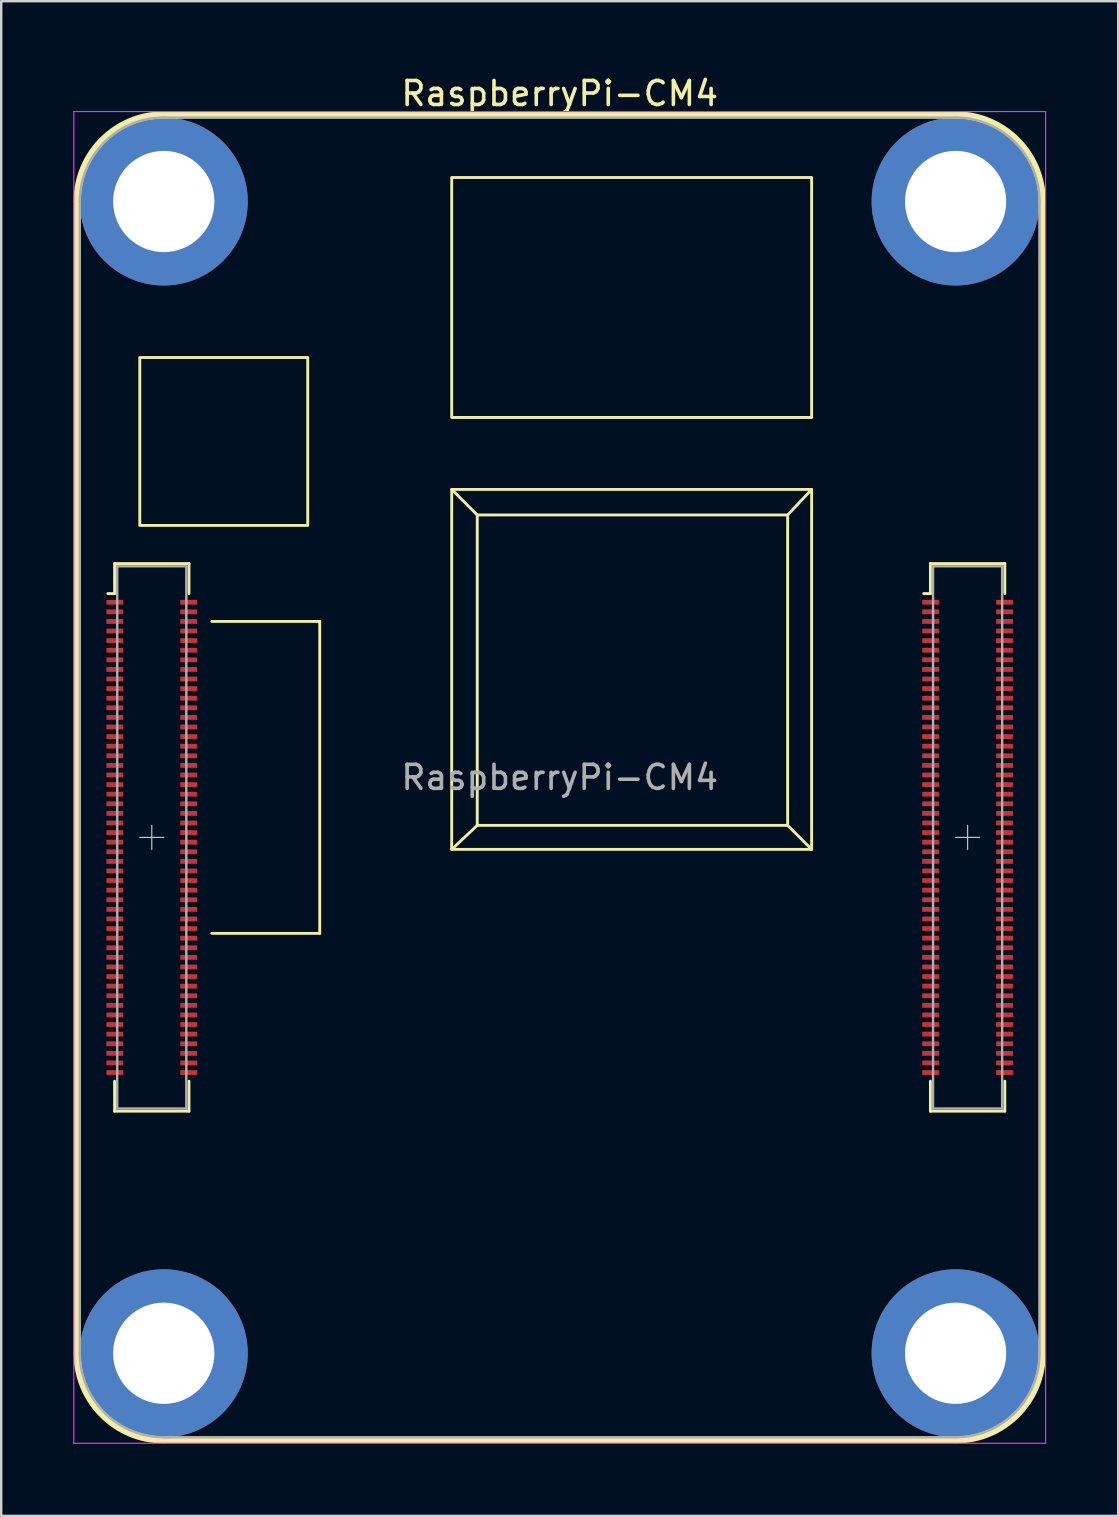
<source format=kicad_pcb>
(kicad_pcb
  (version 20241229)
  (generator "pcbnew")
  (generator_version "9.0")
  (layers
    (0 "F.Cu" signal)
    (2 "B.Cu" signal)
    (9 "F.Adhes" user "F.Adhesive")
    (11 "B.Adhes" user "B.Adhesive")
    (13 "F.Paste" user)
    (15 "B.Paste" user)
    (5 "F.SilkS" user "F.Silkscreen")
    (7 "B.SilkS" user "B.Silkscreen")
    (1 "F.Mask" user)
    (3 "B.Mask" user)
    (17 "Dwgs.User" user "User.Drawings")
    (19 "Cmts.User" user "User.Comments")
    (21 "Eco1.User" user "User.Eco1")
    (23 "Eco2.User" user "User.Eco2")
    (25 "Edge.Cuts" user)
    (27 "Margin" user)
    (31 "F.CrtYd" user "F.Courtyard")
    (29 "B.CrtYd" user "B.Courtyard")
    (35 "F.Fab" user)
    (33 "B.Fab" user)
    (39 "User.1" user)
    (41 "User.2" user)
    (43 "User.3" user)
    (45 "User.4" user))
  (footprint "RaspberryPi-CM4"
    (layer "F.Cu")
    (at 20.275 29.348)
    (property "Reference" "RaspberryPi-CM4" (at 0 -28.5 0) (layer "F.SilkS") (effects (font (size 1 1) (thickness 0.15))))
    (attr smd)
    (fp_line (start -20.11 -24) (end -20.11 24) (stroke (width 0.3) (type solid)) (layer "F.SilkS"))
    (fp_line (start -18.83 -7.66) (end -18.55 -7.66) (stroke (width 0.12) (type solid)) (layer "F.SilkS"))
    (fp_line (start -18.55 -8.91) (end -18.55 -7.66) (stroke (width 0.12) (type solid)) (layer "F.SilkS"))
    (fp_line (start -18.55 -8.91) (end -15.45 -8.91) (stroke (width 0.12) (type solid)) (layer "F.SilkS"))
    (fp_line (start -18.55 12.66) (end -18.55 13.91) (stroke (width 0.12) (type solid)) (layer "F.SilkS"))
    (fp_line (start -18.55 13.91) (end -15.45 13.91) (stroke (width 0.12) (type solid)) (layer "F.SilkS"))
    (fp_line (start -16.5 -27.61) (end 16.5 -27.61) (stroke (width 0.3) (type solid)) (layer "F.SilkS"))
    (fp_line (start -16.5 27.61) (end 16.5 27.61) (stroke (width 0.3) (type solid)) (layer "F.SilkS"))
    (fp_line (start -15.45 -8.91) (end -15.45 -7.66) (stroke (width 0.12) (type solid)) (layer "F.SilkS"))
    (fp_line (start -15.45 12.66) (end -15.45 13.91) (stroke (width 0.12) (type solid)) (layer "F.SilkS"))
    (fp_line (start -14.5 -6.5) (end -10 -6.5) (stroke (width 0.12) (type solid)) (layer "F.SilkS"))
    (fp_line (start -10 -6.5) (end -10 6.5) (stroke (width 0.12) (type solid)) (layer "F.SilkS"))
    (fp_line (start -10 6.5) (end -14.5 6.5) (stroke (width 0.12) (type solid)) (layer "F.SilkS"))
    (fp_line (start -4.5 3) (end -3.436 2) (stroke (width 0.12) (type solid)) (layer "F.SilkS"))
    (fp_line (start -3.436 -10.936) (end -4.5 -12) (stroke (width 0.12) (type solid)) (layer "F.SilkS"))
    (fp_line (start 9.5 -10.936) (end 10.5 -12) (stroke (width 0.12) (type solid)) (layer "F.SilkS"))
    (fp_line (start 9.5 2) (end 10.5 3) (stroke (width 0.12) (type solid)) (layer "F.SilkS"))
    (fp_line (start 15.17 -7.66) (end 15.45 -7.66) (stroke (width 0.12) (type solid)) (layer "F.SilkS"))
    (fp_line (start 15.45 -8.91) (end 15.45 -7.66) (stroke (width 0.12) (type solid)) (layer "F.SilkS"))
    (fp_line (start 15.45 -8.91) (end 18.55 -8.91) (stroke (width 0.12) (type solid)) (layer "F.SilkS"))
    (fp_line (start 15.45 12.66) (end 15.45 13.91) (stroke (width 0.12) (type solid)) (layer "F.SilkS"))
    (fp_line (start 15.45 13.91) (end 18.55 13.91) (stroke (width 0.12) (type solid)) (layer "F.SilkS"))
    (fp_line (start 18.55 -8.91) (end 18.55 -7.66) (stroke (width 0.12) (type solid)) (layer "F.SilkS"))
    (fp_line (start 18.55 12.66) (end 18.55 13.91) (stroke (width 0.12) (type solid)) (layer "F.SilkS"))
    (fp_line (start 20.11 -24) (end 20.11 24) (stroke (width 0.3) (type solid)) (layer "F.SilkS"))
    (fp_rect (start -17.5 -17.5) (end -10.5 -10.5) (stroke (width 0.12) (type solid)) (fill no) (layer "F.SilkS"))
    (fp_rect (start -4.5 -25) (end 10.5 -15) (stroke (width 0.12) (type solid)) (fill no) (layer "F.SilkS"))
    (fp_rect (start -4.5 -12) (end 10.5 3) (stroke (width 0.12) (type solid)) (fill no) (layer "F.SilkS"))
    (fp_rect (start -3.436 -10.936) (end 9.5 2) (stroke (width 0.12) (type solid)) (fill no) (layer "F.SilkS"))
    (fp_arc (start -20.11 -24) (mid -19.052655 -26.552655) (end -16.5 -27.61) (stroke (width 0.3) (type solid)) (layer "F.SilkS"))
    (fp_arc (start -16.5 27.61) (mid -19.052655 26.552655) (end -20.11 24) (stroke (width 0.3) (type solid)) (layer "F.SilkS"))
    (fp_arc (start 16.5 -27.61) (mid 19.052655 -26.552655) (end 20.11 -24) (stroke (width 0.3) (type solid)) (layer "F.SilkS"))
    (fp_arc (start 20.11 24) (mid 19.052655 26.552655) (end 16.5 27.61) (stroke (width 0.3) (type solid)) (layer "F.SilkS"))
    (fp_line (start -17.5 2.5) (end -16.5 2.5) (stroke (width 0.05) (type solid)) (layer "Dwgs.User"))
    (fp_line (start -17 2) (end -17 3) (stroke (width 0.05) (type solid)) (layer "Dwgs.User"))
    (fp_line (start 16.5 2.5) (end 17.5 2.5) (stroke (width 0.05) (type solid)) (layer "Dwgs.User"))
    (fp_line (start 17 2) (end 17 3) (stroke (width 0.05) (type solid)) (layer "Dwgs.User"))
    (fp_line (start -20.25 -27.75) (end -20.25 27.75) (stroke (width 0.05) (type solid)) (layer "F.CrtYd"))
    (fp_line (start -20.25 -27.75) (end 20.25 -27.75) (stroke (width 0.05) (type solid)) (layer "F.CrtYd"))
    (fp_line (start -20.25 27.75) (end 20.25 27.75) (stroke (width 0.05) (type solid)) (layer "F.CrtYd"))
    (fp_line (start 20.25 -27.75) (end 20.25 27.75) (stroke (width 0.05) (type solid)) (layer "F.CrtYd"))
    (fp_line (start -20 -24) (end -20 24) (stroke (width 0.1) (type solid)) (layer "F.Fab"))
    (fp_line (start -18.44 -8.8) (end -18.44 13.8) (stroke (width 0.1) (type solid)) (layer "F.Fab"))
    (fp_line (start -18.44 -8.8) (end -15.56 -8.8) (stroke (width 0.1) (type solid)) (layer "F.Fab"))
    (fp_line (start -18.44 13.8) (end -15.56 13.8) (stroke (width 0.1) (type solid)) (layer "F.Fab"))
    (fp_line (start -16.5 -27.5) (end 16.5 -27.5) (stroke (width 0.1) (type solid)) (layer "F.Fab"))
    (fp_line (start -16.5 27.5) (end 16.5 27.5) (stroke (width 0.1) (type solid)) (layer "F.Fab"))
    (fp_line (start -15.56 -8.8) (end -15.56 13.8) (stroke (width 0.1) (type solid)) (layer "F.Fab"))
    (fp_line (start 15.56 -8.8) (end 15.56 13.8) (stroke (width 0.1) (type solid)) (layer "F.Fab"))
    (fp_line (start 15.56 -8.8) (end 18.44 -8.8) (stroke (width 0.1) (type solid)) (layer "F.Fab"))
    (fp_line (start 15.56 13.8) (end 18.44 13.8) (stroke (width 0.1) (type solid)) (layer "F.Fab"))
    (fp_line (start 18.44 -8.8) (end 18.44 13.8) (stroke (width 0.1) (type solid)) (layer "F.Fab"))
    (fp_line (start 20 -24) (end 20 24) (stroke (width 0.1) (type solid)) (layer "F.Fab"))
    (fp_arc (start -20 -24) (mid -18.974874 -26.474874) (end -16.5 -27.5) (stroke (width 0.1) (type solid)) (layer "F.Fab"))
    (fp_arc (start -16.18887 27.486144) (mid -18.862313 26.582533) (end -20 24) (stroke (width 0.1) (type solid)) (layer "F.Fab"))
    (fp_arc (start 16.5 -27.5) (mid 18.974874 -26.474874) (end 20 -24) (stroke (width 0.1) (type solid)) (layer "F.Fab"))
    (fp_arc (start 20 24) (mid 18.974874 26.474874) (end 16.5 27.5) (stroke (width 0.1) (type solid)) (layer "F.Fab"))
    (fp_text user "${REFERENCE}" (at 0 0 0) (layer "F.Fab") (effects (font (size 1 1) (thickness 0.15))))
    (pad "" thru_hole circle (at -16.5 -24) (size 7 7) (drill 4.22) (layers "*.Cu" "*.Mask"))
    (pad "" thru_hole circle (at -16.5 24) (size 7 7) (drill 4.22) (layers "*.Cu" "*.Mask"))
    (pad "" thru_hole circle (at 16.5 -24) (size 7 7) (drill 4.22) (layers "*.Cu" "*.Mask"))
    (pad "" thru_hole circle (at 16.5 24) (size 7 7) (drill 4.22) (layers "*.Cu" "*.Mask"))
    (pad "1" smd rect (at -18.54 -7.3 90) (size 0.2 0.7) (layers "F.Cu" "F.Mask" "F.Paste"))
    (pad "2" smd rect (at -15.46 -7.3 90) (size 0.2 0.7) (layers "F.Cu" "F.Mask" "F.Paste"))
    (pad "3" smd rect (at -18.54 -6.9 90) (size 0.2 0.7) (layers "F.Cu" "F.Mask" "F.Paste"))
    (pad "4" smd rect (at -15.46 -6.9 90) (size 0.2 0.7) (layers "F.Cu" "F.Mask" "F.Paste"))
    (pad "5" smd rect (at -18.54 -6.5 90) (size 0.2 0.7) (layers "F.Cu" "F.Mask" "F.Paste"))
    (pad "6" smd rect (at -15.46 -6.5 90) (size 0.2 0.7) (layers "F.Cu" "F.Mask" "F.Paste"))
    (pad "7" smd rect (at -18.54 -6.1 90) (size 0.2 0.7) (layers "F.Cu" "F.Mask" "F.Paste"))
    (pad "8" smd rect (at -15.46 -6.1 90) (size 0.2 0.7) (layers "F.Cu" "F.Mask" "F.Paste"))
    (pad "9" smd rect (at -18.54 -5.7 90) (size 0.2 0.7) (layers "F.Cu" "F.Mask" "F.Paste"))
    (pad "10" smd rect (at -15.46 -5.7 90) (size 0.2 0.7) (layers "F.Cu" "F.Mask" "F.Paste"))
    (pad "11" smd rect (at -18.54 -5.3 90) (size 0.2 0.7) (layers "F.Cu" "F.Mask" "F.Paste"))
    (pad "12" smd rect (at -15.46 -5.3 90) (size 0.2 0.7) (layers "F.Cu" "F.Mask" "F.Paste"))
    (pad "13" smd rect (at -18.54 -4.9 90) (size 0.2 0.7) (layers "F.Cu" "F.Mask" "F.Paste"))
    (pad "14" smd rect (at -15.46 -4.9 90) (size 0.2 0.7) (layers "F.Cu" "F.Mask" "F.Paste"))
    (pad "15" smd rect (at -18.54 -4.5 90) (size 0.2 0.7) (layers "F.Cu" "F.Mask" "F.Paste"))
    (pad "16" smd rect (at -15.46 -4.5 90) (size 0.2 0.7) (layers "F.Cu" "F.Mask" "F.Paste"))
    (pad "17" smd rect (at -18.54 -4.1 90) (size 0.2 0.7) (layers "F.Cu" "F.Mask" "F.Paste"))
    (pad "18" smd rect (at -15.46 -4.1 90) (size 0.2 0.7) (layers "F.Cu" "F.Mask" "F.Paste"))
    (pad "19" smd rect (at -18.54 -3.7 90) (size 0.2 0.7) (layers "F.Cu" "F.Mask" "F.Paste"))
    (pad "20" smd rect (at -15.46 -3.7 90) (size 0.2 0.7) (layers "F.Cu" "F.Mask" "F.Paste"))
    (pad "21" smd rect (at -18.54 -3.3 90) (size 0.2 0.7) (layers "F.Cu" "F.Mask" "F.Paste"))
    (pad "22" smd rect (at -15.46 -3.3 90) (size 0.2 0.7) (layers "F.Cu" "F.Mask" "F.Paste"))
    (pad "23" smd rect (at -18.54 -2.9 90) (size 0.2 0.7) (layers "F.Cu" "F.Mask" "F.Paste"))
    (pad "24" smd rect (at -15.46 -2.9 90) (size 0.2 0.7) (layers "F.Cu" "F.Mask" "F.Paste"))
    (pad "25" smd rect (at -18.54 -2.5 90) (size 0.2 0.7) (layers "F.Cu" "F.Mask" "F.Paste"))
    (pad "26" smd rect (at -15.46 -2.5 90) (size 0.2 0.7) (layers "F.Cu" "F.Mask" "F.Paste"))
    (pad "27" smd rect (at -18.54 -2.1 90) (size 0.2 0.7) (layers "F.Cu" "F.Mask" "F.Paste"))
    (pad "28" smd rect (at -15.46 -2.1 90) (size 0.2 0.7) (layers "F.Cu" "F.Mask" "F.Paste"))
    (pad "29" smd rect (at -18.54 -1.7 90) (size 0.2 0.7) (layers "F.Cu" "F.Mask" "F.Paste"))
    (pad "30" smd rect (at -15.46 -1.7 90) (size 0.2 0.7) (layers "F.Cu" "F.Mask" "F.Paste"))
    (pad "31" smd rect (at -18.54 -1.3 90) (size 0.2 0.7) (layers "F.Cu" "F.Mask" "F.Paste"))
    (pad "32" smd rect (at -15.46 -1.3 90) (size 0.2 0.7) (layers "F.Cu" "F.Mask" "F.Paste"))
    (pad "33" smd rect (at -18.54 -0.9 90) (size 0.2 0.7) (layers "F.Cu" "F.Mask" "F.Paste"))
    (pad "34" smd rect (at -15.46 -0.9 90) (size 0.2 0.7) (layers "F.Cu" "F.Mask" "F.Paste"))
    (pad "35" smd rect (at -18.54 -0.5 90) (size 0.2 0.7) (layers "F.Cu" "F.Mask" "F.Paste"))
    (pad "36" smd rect (at -15.46 -0.5 90) (size 0.2 0.7) (layers "F.Cu" "F.Mask" "F.Paste"))
    (pad "37" smd rect (at -18.54 -0.1 90) (size 0.2 0.7) (layers "F.Cu" "F.Mask" "F.Paste"))
    (pad "38" smd rect (at -15.46 -0.1 90) (size 0.2 0.7) (layers "F.Cu" "F.Mask" "F.Paste"))
    (pad "39" smd rect (at -18.54 0.3 90) (size 0.2 0.7) (layers "F.Cu" "F.Mask" "F.Paste"))
    (pad "40" smd rect (at -15.46 0.3 90) (size 0.2 0.7) (layers "F.Cu" "F.Mask" "F.Paste"))
    (pad "41" smd rect (at -18.54 0.7 90) (size 0.2 0.7) (layers "F.Cu" "F.Mask" "F.Paste"))
    (pad "42" smd rect (at -15.46 0.7 90) (size 0.2 0.7) (layers "F.Cu" "F.Mask" "F.Paste"))
    (pad "43" smd rect (at -18.54 1.1 90) (size 0.2 0.7) (layers "F.Cu" "F.Mask" "F.Paste"))
    (pad "44" smd rect (at -15.46 1.1 90) (size 0.2 0.7) (layers "F.Cu" "F.Mask" "F.Paste"))
    (pad "45" smd rect (at -18.54 1.5 90) (size 0.2 0.7) (layers "F.Cu" "F.Mask" "F.Paste"))
    (pad "46" smd rect (at -15.46 1.5 90) (size 0.2 0.7) (layers "F.Cu" "F.Mask" "F.Paste"))
    (pad "47" smd rect (at -18.54 1.9 90) (size 0.2 0.7) (layers "F.Cu" "F.Mask" "F.Paste"))
    (pad "48" smd rect (at -15.46 1.9 90) (size 0.2 0.7) (layers "F.Cu" "F.Mask" "F.Paste"))
    (pad "49" smd rect (at -18.54 2.3 90) (size 0.2 0.7) (layers "F.Cu" "F.Mask" "F.Paste"))
    (pad "50" smd rect (at -15.46 2.3 90) (size 0.2 0.7) (layers "F.Cu" "F.Mask" "F.Paste"))
    (pad "51" smd rect (at -18.54 2.7 90) (size 0.2 0.7) (layers "F.Cu" "F.Mask" "F.Paste"))
    (pad "52" smd rect (at -15.46 2.7 90) (size 0.2 0.7) (layers "F.Cu" "F.Mask" "F.Paste"))
    (pad "53" smd rect (at -18.54 3.1 90) (size 0.2 0.7) (layers "F.Cu" "F.Mask" "F.Paste"))
    (pad "54" smd rect (at -15.46 3.1 90) (size 0.2 0.7) (layers "F.Cu" "F.Mask" "F.Paste"))
    (pad "55" smd rect (at -18.54 3.5 90) (size 0.2 0.7) (layers "F.Cu" "F.Mask" "F.Paste"))
    (pad "56" smd rect (at -15.46 3.5 90) (size 0.2 0.7) (layers "F.Cu" "F.Mask" "F.Paste"))
    (pad "57" smd rect (at -18.54 3.9 90) (size 0.2 0.7) (layers "F.Cu" "F.Mask" "F.Paste"))
    (pad "58" smd rect (at -15.46 3.9 90) (size 0.2 0.7) (layers "F.Cu" "F.Mask" "F.Paste"))
    (pad "59" smd rect (at -18.54 4.3 90) (size 0.2 0.7) (layers "F.Cu" "F.Mask" "F.Paste"))
    (pad "60" smd rect (at -15.46 4.3 90) (size 0.2 0.7) (layers "F.Cu" "F.Mask" "F.Paste"))
    (pad "61" smd rect (at -18.54 4.7 90) (size 0.2 0.7) (layers "F.Cu" "F.Mask" "F.Paste"))
    (pad "62" smd rect (at -15.46 4.7 90) (size 0.2 0.7) (layers "F.Cu" "F.Mask" "F.Paste"))
    (pad "63" smd rect (at -18.54 5.1 90) (size 0.2 0.7) (layers "F.Cu" "F.Mask" "F.Paste"))
    (pad "64" smd rect (at -15.46 5.1 90) (size 0.2 0.7) (layers "F.Cu" "F.Mask" "F.Paste"))
    (pad "65" smd rect (at -18.54 5.5 90) (size 0.2 0.7) (layers "F.Cu" "F.Mask" "F.Paste"))
    (pad "66" smd rect (at -15.46 5.5 90) (size 0.2 0.7) (layers "F.Cu" "F.Mask" "F.Paste"))
    (pad "67" smd rect (at -18.54 5.9 90) (size 0.2 0.7) (layers "F.Cu" "F.Mask" "F.Paste"))
    (pad "68" smd rect (at -15.46 5.9 90) (size 0.2 0.7) (layers "F.Cu" "F.Mask" "F.Paste"))
    (pad "69" smd rect (at -18.54 6.3 90) (size 0.2 0.7) (layers "F.Cu" "F.Mask" "F.Paste"))
    (pad "70" smd rect (at -15.46 6.3 90) (size 0.2 0.7) (layers "F.Cu" "F.Mask" "F.Paste"))
    (pad "71" smd rect (at -18.54 6.7 90) (size 0.2 0.7) (layers "F.Cu" "F.Mask" "F.Paste"))
    (pad "72" smd rect (at -15.46 6.7 90) (size 0.2 0.7) (layers "F.Cu" "F.Mask" "F.Paste"))
    (pad "73" smd rect (at -18.54 7.1 90) (size 0.2 0.7) (layers "F.Cu" "F.Mask" "F.Paste"))
    (pad "74" smd rect (at -15.46 7.1 90) (size 0.2 0.7) (layers "F.Cu" "F.Mask" "F.Paste"))
    (pad "75" smd rect (at -18.54 7.5 90) (size 0.2 0.7) (layers "F.Cu" "F.Mask" "F.Paste"))
    (pad "76" smd rect (at -15.46 7.5 90) (size 0.2 0.7) (layers "F.Cu" "F.Mask" "F.Paste"))
    (pad "77" smd rect (at -18.54 7.9 90) (size 0.2 0.7) (layers "F.Cu" "F.Mask" "F.Paste"))
    (pad "78" smd rect (at -15.46 7.9 90) (size 0.2 0.7) (layers "F.Cu" "F.Mask" "F.Paste"))
    (pad "79" smd rect (at -18.54 8.3 90) (size 0.2 0.7) (layers "F.Cu" "F.Mask" "F.Paste"))
    (pad "80" smd rect (at -15.46 8.3 90) (size 0.2 0.7) (layers "F.Cu" "F.Mask" "F.Paste"))
    (pad "81" smd rect (at -18.54 8.7 90) (size 0.2 0.7) (layers "F.Cu" "F.Mask" "F.Paste"))
    (pad "82" smd rect (at -15.46 8.7 90) (size 0.2 0.7) (layers "F.Cu" "F.Mask" "F.Paste"))
    (pad "83" smd rect (at -18.54 9.1 90) (size 0.2 0.7) (layers "F.Cu" "F.Mask" "F.Paste"))
    (pad "84" smd rect (at -15.46 9.1 90) (size 0.2 0.7) (layers "F.Cu" "F.Mask" "F.Paste"))
    (pad "85" smd rect (at -18.54 9.5 90) (size 0.2 0.7) (layers "F.Cu" "F.Mask" "F.Paste"))
    (pad "86" smd rect (at -15.46 9.5 90) (size 0.2 0.7) (layers "F.Cu" "F.Mask" "F.Paste"))
    (pad "87" smd rect (at -18.54 9.9 90) (size 0.2 0.7) (layers "F.Cu" "F.Mask" "F.Paste"))
    (pad "88" smd rect (at -15.46 9.9 90) (size 0.2 0.7) (layers "F.Cu" "F.Mask" "F.Paste"))
    (pad "89" smd rect (at -18.54 10.3 90) (size 0.2 0.7) (layers "F.Cu" "F.Mask" "F.Paste"))
    (pad "90" smd rect (at -15.46 10.3 90) (size 0.2 0.7) (layers "F.Cu" "F.Mask" "F.Paste"))
    (pad "91" smd rect (at -18.54 10.7 90) (size 0.2 0.7) (layers "F.Cu" "F.Mask" "F.Paste"))
    (pad "92" smd rect (at -15.46 10.7 90) (size 0.2 0.7) (layers "F.Cu" "F.Mask" "F.Paste"))
    (pad "93" smd rect (at -18.54 11.1 90) (size 0.2 0.7) (layers "F.Cu" "F.Mask" "F.Paste"))
    (pad "94" smd rect (at -15.46 11.1 90) (size 0.2 0.7) (layers "F.Cu" "F.Mask" "F.Paste"))
    (pad "95" smd rect (at -18.54 11.5 90) (size 0.2 0.7) (layers "F.Cu" "F.Mask" "F.Paste"))
    (pad "96" smd rect (at -15.46 11.5 90) (size 0.2 0.7) (layers "F.Cu" "F.Mask" "F.Paste"))
    (pad "97" smd rect (at -18.54 11.9 90) (size 0.2 0.7) (layers "F.Cu" "F.Mask" "F.Paste"))
    (pad "98" smd rect (at -15.46 11.9 90) (size 0.2 0.7) (layers "F.Cu" "F.Mask" "F.Paste"))
    (pad "99" smd rect (at -18.54 12.3 90) (size 0.2 0.7) (layers "F.Cu" "F.Mask" "F.Paste"))
    (pad "100" smd rect (at -15.46 12.3 90) (size 0.2 0.7) (layers "F.Cu" "F.Mask" "F.Paste"))
    (pad "101" smd rect (at 15.46 -7.3 90) (size 0.2 0.7) (layers "F.Cu" "F.Mask" "F.Paste"))
    (pad "102" smd rect (at 18.54 -7.3 90) (size 0.2 0.7) (layers "F.Cu" "F.Mask" "F.Paste"))
    (pad "103" smd rect (at 15.46 -6.9 90) (size 0.2 0.7) (layers "F.Cu" "F.Mask" "F.Paste"))
    (pad "104" smd rect (at 18.54 -6.9 90) (size 0.2 0.7) (layers "F.Cu" "F.Mask" "F.Paste"))
    (pad "105" smd rect (at 15.46 -6.5 90) (size 0.2 0.7) (layers "F.Cu" "F.Mask" "F.Paste"))
    (pad "106" smd rect (at 18.54 -6.5 90) (size 0.2 0.7) (layers "F.Cu" "F.Mask" "F.Paste"))
    (pad "107" smd rect (at 15.46 -6.1 90) (size 0.2 0.7) (layers "F.Cu" "F.Mask" "F.Paste"))
    (pad "108" smd rect (at 18.54 -6.1 90) (size 0.2 0.7) (layers "F.Cu" "F.Mask" "F.Paste"))
    (pad "109" smd rect (at 15.46 -5.7 90) (size 0.2 0.7) (layers "F.Cu" "F.Mask" "F.Paste"))
    (pad "110" smd rect (at 18.54 -5.7 90) (size 0.2 0.7) (layers "F.Cu" "F.Mask" "F.Paste"))
    (pad "111" smd rect (at 15.46 -5.3 90) (size 0.2 0.7) (layers "F.Cu" "F.Mask" "F.Paste"))
    (pad "112" smd rect (at 18.54 -5.3 90) (size 0.2 0.7) (layers "F.Cu" "F.Mask" "F.Paste"))
    (pad "113" smd rect (at 15.46 -4.9 90) (size 0.2 0.7) (layers "F.Cu" "F.Mask" "F.Paste"))
    (pad "114" smd rect (at 18.54 -4.9 90) (size 0.2 0.7) (layers "F.Cu" "F.Mask" "F.Paste"))
    (pad "115" smd rect (at 15.46 -4.5 90) (size 0.2 0.7) (layers "F.Cu" "F.Mask" "F.Paste"))
    (pad "116" smd rect (at 18.54 -4.5 90) (size 0.2 0.7) (layers "F.Cu" "F.Mask" "F.Paste"))
    (pad "117" smd rect (at 15.46 -4.1 90) (size 0.2 0.7) (layers "F.Cu" "F.Mask" "F.Paste"))
    (pad "118" smd rect (at 18.54 -4.1 90) (size 0.2 0.7) (layers "F.Cu" "F.Mask" "F.Paste"))
    (pad "119" smd rect (at 15.46 -3.7 90) (size 0.2 0.7) (layers "F.Cu" "F.Mask" "F.Paste"))
    (pad "120" smd rect (at 18.54 -3.7 90) (size 0.2 0.7) (layers "F.Cu" "F.Mask" "F.Paste"))
    (pad "121" smd rect (at 15.46 -3.3 90) (size 0.2 0.7) (layers "F.Cu" "F.Mask" "F.Paste"))
    (pad "122" smd rect (at 18.54 -3.3 90) (size 0.2 0.7) (layers "F.Cu" "F.Mask" "F.Paste"))
    (pad "123" smd rect (at 15.46 -2.9 90) (size 0.2 0.7) (layers "F.Cu" "F.Mask" "F.Paste"))
    (pad "124" smd rect (at 18.54 -2.9 90) (size 0.2 0.7) (layers "F.Cu" "F.Mask" "F.Paste"))
    (pad "125" smd rect (at 15.46 -2.5 90) (size 0.2 0.7) (layers "F.Cu" "F.Mask" "F.Paste"))
    (pad "126" smd rect (at 18.54 -2.5 90) (size 0.2 0.7) (layers "F.Cu" "F.Mask" "F.Paste"))
    (pad "127" smd rect (at 15.46 -2.1 90) (size 0.2 0.7) (layers "F.Cu" "F.Mask" "F.Paste"))
    (pad "128" smd rect (at 18.54 -2.1 90) (size 0.2 0.7) (layers "F.Cu" "F.Mask" "F.Paste"))
    (pad "129" smd rect (at 15.46 -1.7 90) (size 0.2 0.7) (layers "F.Cu" "F.Mask" "F.Paste"))
    (pad "130" smd rect (at 18.54 -1.7 90) (size 0.2 0.7) (layers "F.Cu" "F.Mask" "F.Paste"))
    (pad "131" smd rect (at 15.46 -1.3 90) (size 0.2 0.7) (layers "F.Cu" "F.Mask" "F.Paste"))
    (pad "132" smd rect (at 18.54 -1.3 90) (size 0.2 0.7) (layers "F.Cu" "F.Mask" "F.Paste"))
    (pad "133" smd rect (at 15.46 -0.9 90) (size 0.2 0.7) (layers "F.Cu" "F.Mask" "F.Paste"))
    (pad "134" smd rect (at 18.54 -0.9 90) (size 0.2 0.7) (layers "F.Cu" "F.Mask" "F.Paste"))
    (pad "135" smd rect (at 15.46 -0.5 90) (size 0.2 0.7) (layers "F.Cu" "F.Mask" "F.Paste"))
    (pad "136" smd rect (at 18.54 -0.5 90) (size 0.2 0.7) (layers "F.Cu" "F.Mask" "F.Paste"))
    (pad "137" smd rect (at 15.46 -0.1 90) (size 0.2 0.7) (layers "F.Cu" "F.Mask" "F.Paste"))
    (pad "138" smd rect (at 18.54 -0.1 90) (size 0.2 0.7) (layers "F.Cu" "F.Mask" "F.Paste"))
    (pad "139" smd rect (at 15.46 0.3 90) (size 0.2 0.7) (layers "F.Cu" "F.Mask" "F.Paste"))
    (pad "140" smd rect (at 18.54 0.3 90) (size 0.2 0.7) (layers "F.Cu" "F.Mask" "F.Paste"))
    (pad "141" smd rect (at 15.46 0.7 90) (size 0.2 0.7) (layers "F.Cu" "F.Mask" "F.Paste"))
    (pad "142" smd rect (at 18.54 0.7 90) (size 0.2 0.7) (layers "F.Cu" "F.Mask" "F.Paste"))
    (pad "143" smd rect (at 15.46 1.1 90) (size 0.2 0.7) (layers "F.Cu" "F.Mask" "F.Paste"))
    (pad "144" smd rect (at 18.54 1.1 90) (size 0.2 0.7) (layers "F.Cu" "F.Mask" "F.Paste"))
    (pad "145" smd rect (at 15.46 1.5 90) (size 0.2 0.7) (layers "F.Cu" "F.Mask" "F.Paste"))
    (pad "146" smd rect (at 18.54 1.5 90) (size 0.2 0.7) (layers "F.Cu" "F.Mask" "F.Paste"))
    (pad "147" smd rect (at 15.46 1.9 90) (size 0.2 0.7) (layers "F.Cu" "F.Mask" "F.Paste"))
    (pad "148" smd rect (at 18.54 1.9 90) (size 0.2 0.7) (layers "F.Cu" "F.Mask" "F.Paste"))
    (pad "149" smd rect (at 15.46 2.3 90) (size 0.2 0.7) (layers "F.Cu" "F.Mask" "F.Paste"))
    (pad "150" smd rect (at 18.54 2.3 90) (size 0.2 0.7) (layers "F.Cu" "F.Mask" "F.Paste"))
    (pad "151" smd rect (at 15.46 2.7 90) (size 0.2 0.7) (layers "F.Cu" "F.Mask" "F.Paste"))
    (pad "152" smd rect (at 18.54 2.7 90) (size 0.2 0.7) (layers "F.Cu" "F.Mask" "F.Paste"))
    (pad "153" smd rect (at 15.46 3.1 90) (size 0.2 0.7) (layers "F.Cu" "F.Mask" "F.Paste"))
    (pad "154" smd rect (at 18.54 3.1 90) (size 0.2 0.7) (layers "F.Cu" "F.Mask" "F.Paste"))
    (pad "155" smd rect (at 15.46 3.5 90) (size 0.2 0.7) (layers "F.Cu" "F.Mask" "F.Paste"))
    (pad "156" smd rect (at 18.54 3.5 90) (size 0.2 0.7) (layers "F.Cu" "F.Mask" "F.Paste"))
    (pad "157" smd rect (at 15.46 3.9 90) (size 0.2 0.7) (layers "F.Cu" "F.Mask" "F.Paste"))
    (pad "158" smd rect (at 18.54 3.9 90) (size 0.2 0.7) (layers "F.Cu" "F.Mask" "F.Paste"))
    (pad "159" smd rect (at 15.46 4.3 90) (size 0.2 0.7) (layers "F.Cu" "F.Mask" "F.Paste"))
    (pad "160" smd rect (at 18.54 4.3 90) (size 0.2 0.7) (layers "F.Cu" "F.Mask" "F.Paste"))
    (pad "161" smd rect (at 15.46 4.7 90) (size 0.2 0.7) (layers "F.Cu" "F.Mask" "F.Paste"))
    (pad "162" smd rect (at 18.54 4.7 90) (size 0.2 0.7) (layers "F.Cu" "F.Mask" "F.Paste"))
    (pad "163" smd rect (at 15.46 5.1 90) (size 0.2 0.7) (layers "F.Cu" "F.Mask" "F.Paste"))
    (pad "164" smd rect (at 18.54 5.1 90) (size 0.2 0.7) (layers "F.Cu" "F.Mask" "F.Paste"))
    (pad "165" smd rect (at 15.46 5.5 90) (size 0.2 0.7) (layers "F.Cu" "F.Mask" "F.Paste"))
    (pad "166" smd rect (at 18.54 5.5 90) (size 0.2 0.7) (layers "F.Cu" "F.Mask" "F.Paste"))
    (pad "167" smd rect (at 15.46 5.9 90) (size 0.2 0.7) (layers "F.Cu" "F.Mask" "F.Paste"))
    (pad "168" smd rect (at 18.54 5.9 90) (size 0.2 0.7) (layers "F.Cu" "F.Mask" "F.Paste"))
    (pad "169" smd rect (at 15.46 6.3 90) (size 0.2 0.7) (layers "F.Cu" "F.Mask" "F.Paste"))
    (pad "170" smd rect (at 18.54 6.3 90) (size 0.2 0.7) (layers "F.Cu" "F.Mask" "F.Paste"))
    (pad "171" smd rect (at 15.46 6.7 90) (size 0.2 0.7) (layers "F.Cu" "F.Mask" "F.Paste"))
    (pad "172" smd rect (at 18.54 6.7 90) (size 0.2 0.7) (layers "F.Cu" "F.Mask" "F.Paste"))
    (pad "173" smd rect (at 15.46 7.1 90) (size 0.2 0.7) (layers "F.Cu" "F.Mask" "F.Paste"))
    (pad "174" smd rect (at 18.54 7.1 90) (size 0.2 0.7) (layers "F.Cu" "F.Mask" "F.Paste"))
    (pad "175" smd rect (at 15.46 7.5 90) (size 0.2 0.7) (layers "F.Cu" "F.Mask" "F.Paste"))
    (pad "176" smd rect (at 18.54 7.5 90) (size 0.2 0.7) (layers "F.Cu" "F.Mask" "F.Paste"))
    (pad "177" smd rect (at 15.46 7.9 90) (size 0.2 0.7) (layers "F.Cu" "F.Mask" "F.Paste"))
    (pad "178" smd rect (at 18.54 7.9 90) (size 0.2 0.7) (layers "F.Cu" "F.Mask" "F.Paste"))
    (pad "179" smd rect (at 15.46 8.3 90) (size 0.2 0.7) (layers "F.Cu" "F.Mask" "F.Paste"))
    (pad "180" smd rect (at 18.54 8.3 90) (size 0.2 0.7) (layers "F.Cu" "F.Mask" "F.Paste"))
    (pad "181" smd rect (at 15.46 8.7 90) (size 0.2 0.7) (layers "F.Cu" "F.Mask" "F.Paste"))
    (pad "182" smd rect (at 18.54 8.7 90) (size 0.2 0.7) (layers "F.Cu" "F.Mask" "F.Paste"))
    (pad "183" smd rect (at 15.46 9.1 90) (size 0.2 0.7) (layers "F.Cu" "F.Mask" "F.Paste"))
    (pad "184" smd rect (at 18.54 9.1 90) (size 0.2 0.7) (layers "F.Cu" "F.Mask" "F.Paste"))
    (pad "185" smd rect (at 15.46 9.5 90) (size 0.2 0.7) (layers "F.Cu" "F.Mask" "F.Paste"))
    (pad "186" smd rect (at 18.54 9.5 90) (size 0.2 0.7) (layers "F.Cu" "F.Mask" "F.Paste"))
    (pad "187" smd rect (at 15.46 9.9 90) (size 0.2 0.7) (layers "F.Cu" "F.Mask" "F.Paste"))
    (pad "188" smd rect (at 18.54 9.9 90) (size 0.2 0.7) (layers "F.Cu" "F.Mask" "F.Paste"))
    (pad "189" smd rect (at 15.46 10.3 90) (size 0.2 0.7) (layers "F.Cu" "F.Mask" "F.Paste"))
    (pad "190" smd rect (at 18.54 10.3 90) (size 0.2 0.7) (layers "F.Cu" "F.Mask" "F.Paste"))
    (pad "191" smd rect (at 15.46 10.7 90) (size 0.2 0.7) (layers "F.Cu" "F.Mask" "F.Paste"))
    (pad "192" smd rect (at 18.54 10.7 90) (size 0.2 0.7) (layers "F.Cu" "F.Mask" "F.Paste"))
    (pad "193" smd rect (at 15.46 11.1 90) (size 0.2 0.7) (layers "F.Cu" "F.Mask" "F.Paste"))
    (pad "194" smd rect (at 18.54 11.1 90) (size 0.2 0.7) (layers "F.Cu" "F.Mask" "F.Paste"))
    (pad "195" smd rect (at 15.46 11.5 90) (size 0.2 0.7) (layers "F.Cu" "F.Mask" "F.Paste"))
    (pad "196" smd rect (at 18.54 11.5 90) (size 0.2 0.7) (layers "F.Cu" "F.Mask" "F.Paste"))
    (pad "197" smd rect (at 15.46 11.9 90) (size 0.2 0.7) (layers "F.Cu" "F.Mask" "F.Paste"))
    (pad "198" smd rect (at 18.54 11.9 90) (size 0.2 0.7) (layers "F.Cu" "F.Mask" "F.Paste"))
    (pad "199" smd rect (at 15.46 12.3 90) (size 0.2 0.7) (layers "F.Cu" "F.Mask" "F.Paste"))
    (pad "200" smd rect (at 18.54 12.3 90) (size 0.2 0.7) (layers "F.Cu" "F.Mask" "F.Paste")))
  (gr_rect
    (start -3 -3)
    (end 43.55 60.123)
    (stroke (width 0.1) (type default))
    (fill no)
    (layer "Edge.Cuts")))
</source>
